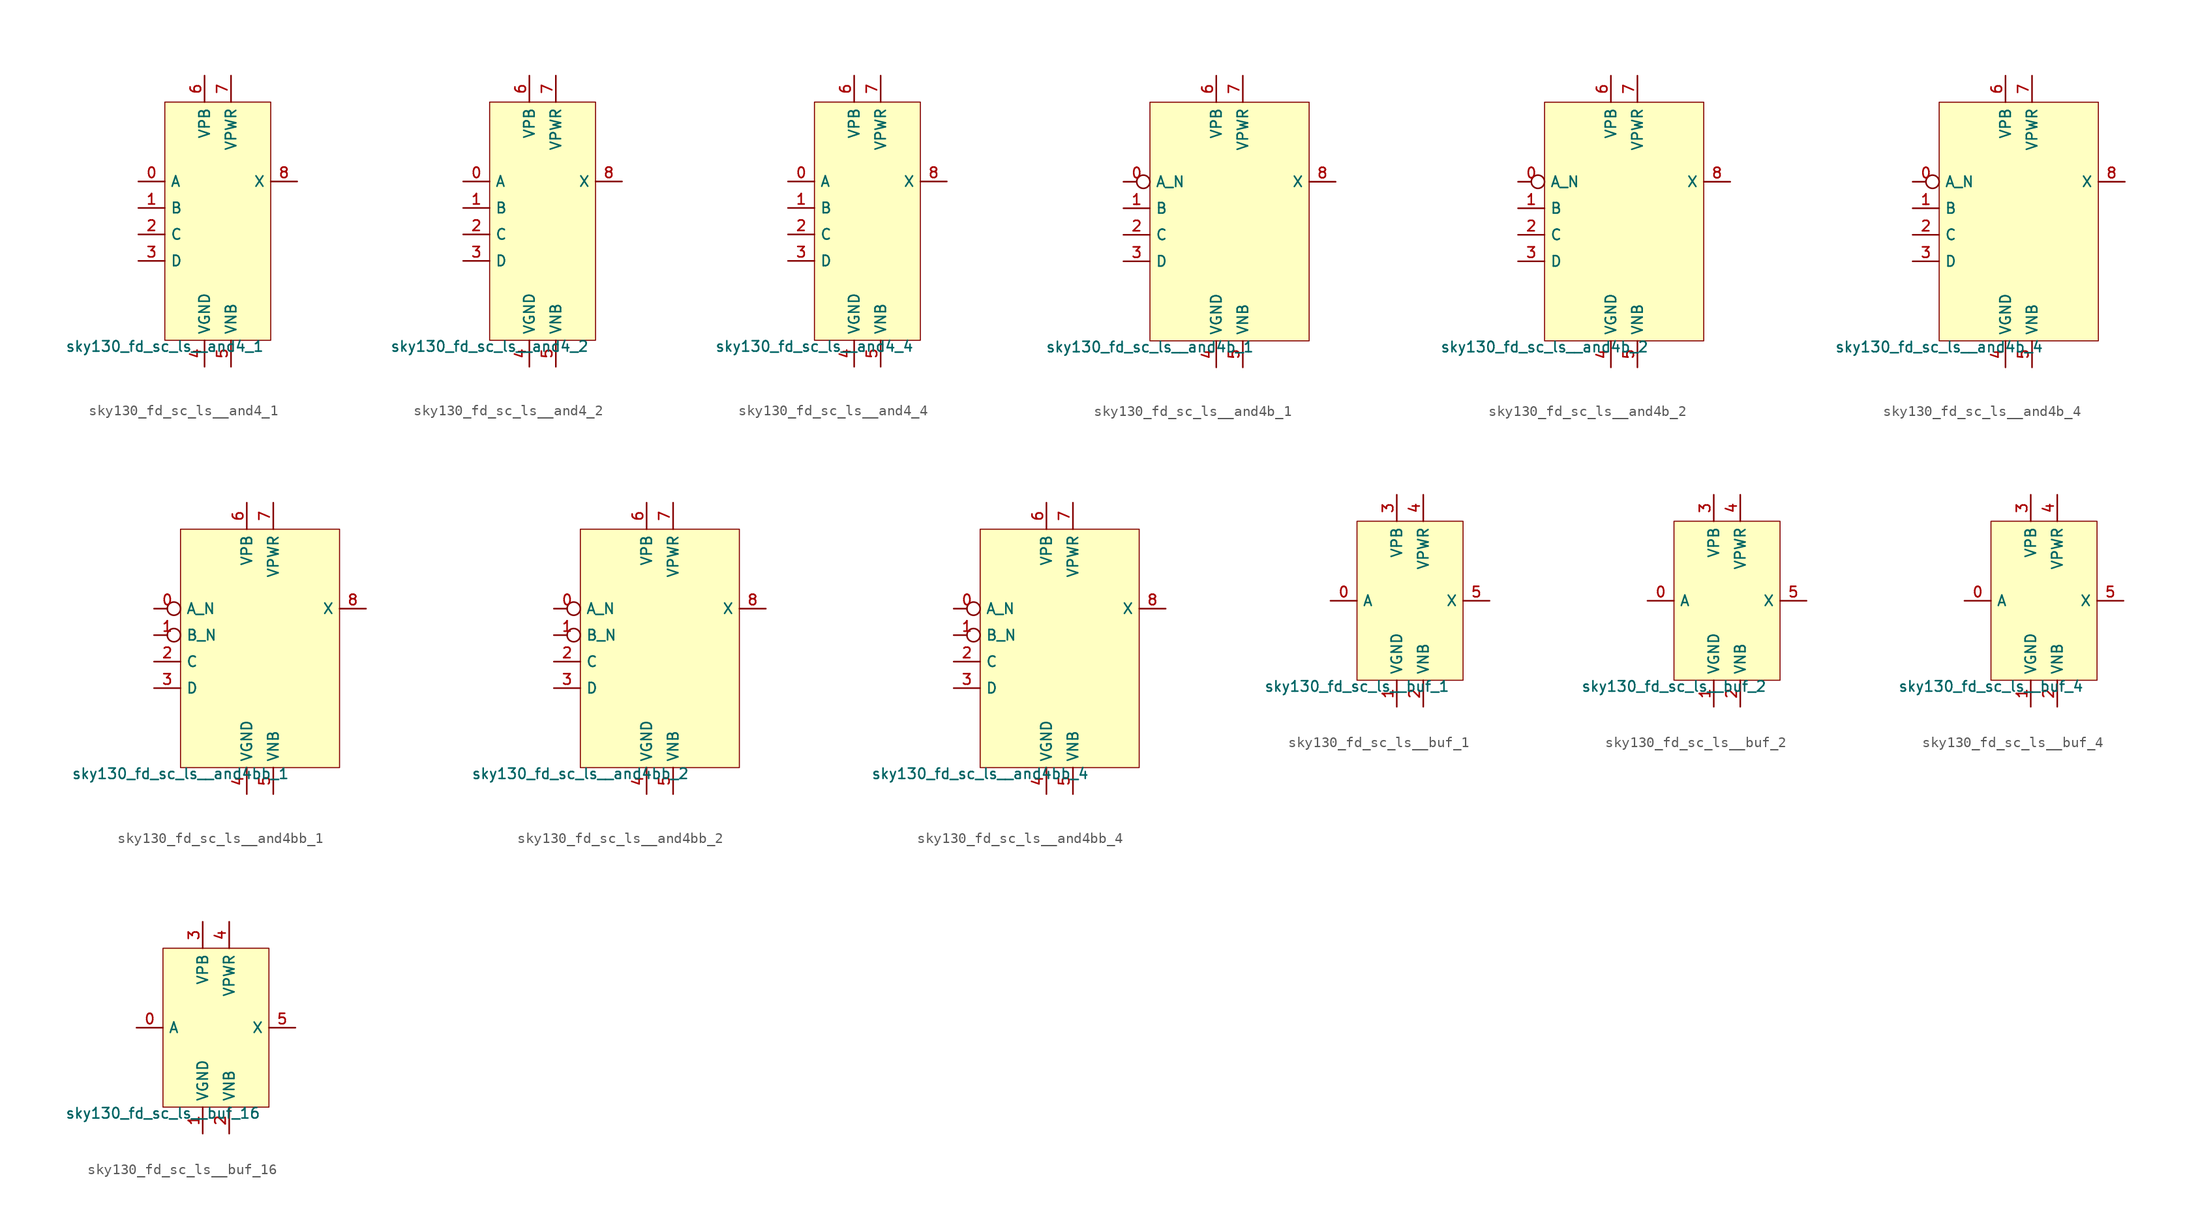
<source format=kicad_sym>
(kicad_symbol_lib
  (version 20211014)
  (generator lef2kicad_sym)
  (symbol "sky130_fd_sc_ls__and4_1"
    (property "Reference" "X"
      (at 0 0 0)
      (effects (font (size 1 1)) hide))
    (property "Value" "sky130_fd_sc_ls__and4_1"
      (at -5.08 -11.43 0)
      (effects (font (size 1 1)) (justify top)))
    (rectangle
      (start -5.08 -11.43)
      (end 5.08 11.43)
      (stroke (width 0.1) (type solid) (color 0 0 0 0))
      (fill (type background)))
    (pin input line
      (at -7.62 3.81 0)
      (length 2.54)
      (name "A" (effects (font (size 1 1)) hide))
      (number "0" (effects (font (size 1 1)) hide)))
    (pin input line
      (at -7.62 1.27 0)
      (length 2.54)
      (name "B" (effects (font (size 1 1)) hide))
      (number "1" (effects (font (size 1 1)) hide)))
    (pin input line
      (at -7.62 -1.27 0)
      (length 2.54)
      (name "C" (effects (font (size 1 1)) hide))
      (number "2" (effects (font (size 1 1)) hide)))
    (pin input line
      (at -7.62 -3.81 0)
      (length 2.54)
      (name "D" (effects (font (size 1 1)) hide))
      (number "3" (effects (font (size 1 1)) hide)))
    (pin power_in line
      (at -1.27 -13.97 90)
      (length 2.54)
      (name "VGND" (effects (font (size 1 1)) hide))
      (number "4" (effects (font (size 1 1)) hide)))
    (pin power_in line
      (at 1.27 -13.97 90)
      (length 2.54)
      (name "VNB" (effects (font (size 1 1)) hide))
      (number "5" (effects (font (size 1 1)) hide)))
    (pin power_in line
      (at -1.27 13.97 270)
      (length 2.54)
      (name "VPB" (effects (font (size 1 1)) hide))
      (number "6" (effects (font (size 1 1)) hide)))
    (pin power_in line
      (at 1.27 13.97 270)
      (length 2.54)
      (name "VPWR" (effects (font (size 1 1)) hide))
      (number "7" (effects (font (size 1 1)) hide)))
    (pin output line
      (at 7.62 3.81 180)
      (length 2.54)
      (name "X" (effects (font (size 1 1)) hide))
      (number "8" (effects (font (size 1 1)) hide))))
  (symbol "sky130_fd_sc_ls__and4_2"
    (property "Reference" "X"
      (at 0 0 0)
      (effects (font (size 1 1)) hide))
    (property "Value" "sky130_fd_sc_ls__and4_2"
      (at -5.08 -11.43 0)
      (effects (font (size 1 1)) (justify top)))
    (rectangle
      (start -5.08 -11.43)
      (end 5.08 11.43)
      (stroke (width 0.1) (type solid) (color 0 0 0 0))
      (fill (type background)))
    (pin input line
      (at -7.62 3.81 0)
      (length 2.54)
      (name "A" (effects (font (size 1 1)) hide))
      (number "0" (effects (font (size 1 1)) hide)))
    (pin input line
      (at -7.62 1.27 0)
      (length 2.54)
      (name "B" (effects (font (size 1 1)) hide))
      (number "1" (effects (font (size 1 1)) hide)))
    (pin input line
      (at -7.62 -1.27 0)
      (length 2.54)
      (name "C" (effects (font (size 1 1)) hide))
      (number "2" (effects (font (size 1 1)) hide)))
    (pin input line
      (at -7.62 -3.81 0)
      (length 2.54)
      (name "D" (effects (font (size 1 1)) hide))
      (number "3" (effects (font (size 1 1)) hide)))
    (pin power_in line
      (at -1.27 -13.97 90)
      (length 2.54)
      (name "VGND" (effects (font (size 1 1)) hide))
      (number "4" (effects (font (size 1 1)) hide)))
    (pin power_in line
      (at 1.27 -13.97 90)
      (length 2.54)
      (name "VNB" (effects (font (size 1 1)) hide))
      (number "5" (effects (font (size 1 1)) hide)))
    (pin power_in line
      (at -1.27 13.97 270)
      (length 2.54)
      (name "VPB" (effects (font (size 1 1)) hide))
      (number "6" (effects (font (size 1 1)) hide)))
    (pin power_in line
      (at 1.27 13.97 270)
      (length 2.54)
      (name "VPWR" (effects (font (size 1 1)) hide))
      (number "7" (effects (font (size 1 1)) hide)))
    (pin output line
      (at 7.62 3.81 180)
      (length 2.54)
      (name "X" (effects (font (size 1 1)) hide))
      (number "8" (effects (font (size 1 1)) hide))))
  (symbol "sky130_fd_sc_ls__and4_4"
    (property "Reference" "X"
      (at 0 0 0)
      (effects (font (size 1 1)) hide))
    (property "Value" "sky130_fd_sc_ls__and4_4"
      (at -5.08 -11.43 0)
      (effects (font (size 1 1)) (justify top)))
    (rectangle
      (start -5.08 -11.43)
      (end 5.08 11.43)
      (stroke (width 0.1) (type solid) (color 0 0 0 0))
      (fill (type background)))
    (pin input line
      (at -7.62 3.81 0)
      (length 2.54)
      (name "A" (effects (font (size 1 1)) hide))
      (number "0" (effects (font (size 1 1)) hide)))
    (pin input line
      (at -7.62 1.27 0)
      (length 2.54)
      (name "B" (effects (font (size 1 1)) hide))
      (number "1" (effects (font (size 1 1)) hide)))
    (pin input line
      (at -7.62 -1.27 0)
      (length 2.54)
      (name "C" (effects (font (size 1 1)) hide))
      (number "2" (effects (font (size 1 1)) hide)))
    (pin input line
      (at -7.62 -3.81 0)
      (length 2.54)
      (name "D" (effects (font (size 1 1)) hide))
      (number "3" (effects (font (size 1 1)) hide)))
    (pin power_in line
      (at -1.27 -13.97 90)
      (length 2.54)
      (name "VGND" (effects (font (size 1 1)) hide))
      (number "4" (effects (font (size 1 1)) hide)))
    (pin power_in line
      (at 1.27 -13.97 90)
      (length 2.54)
      (name "VNB" (effects (font (size 1 1)) hide))
      (number "5" (effects (font (size 1 1)) hide)))
    (pin power_in line
      (at -1.27 13.97 270)
      (length 2.54)
      (name "VPB" (effects (font (size 1 1)) hide))
      (number "6" (effects (font (size 1 1)) hide)))
    (pin power_in line
      (at 1.27 13.97 270)
      (length 2.54)
      (name "VPWR" (effects (font (size 1 1)) hide))
      (number "7" (effects (font (size 1 1)) hide)))
    (pin output line
      (at 7.62 3.81 180)
      (length 2.54)
      (name "X" (effects (font (size 1 1)) hide))
      (number "8" (effects (font (size 1 1)) hide))))
  (symbol "sky130_fd_sc_ls__and4b_1"
    (property "Reference" "X"
      (at 0 0 0)
      (effects (font (size 1 1)) hide))
    (property "Value" "sky130_fd_sc_ls__and4b_1"
      (at -7.62 -11.43 0)
      (effects (font (size 1 1)) (justify top)))
    (rectangle
      (start -7.62 -11.43)
      (end 7.62 11.43)
      (stroke (width 0.1) (type solid) (color 0 0 0 0))
      (fill (type background)))
    (pin input inverted
      (at -10.16 3.81 0)
      (length 2.54)
      (name "A_N" (effects (font (size 1 1)) hide))
      (number "0" (effects (font (size 1 1)) hide)))
    (pin input line
      (at -10.16 1.27 0)
      (length 2.54)
      (name "B" (effects (font (size 1 1)) hide))
      (number "1" (effects (font (size 1 1)) hide)))
    (pin input line
      (at -10.16 -1.27 0)
      (length 2.54)
      (name "C" (effects (font (size 1 1)) hide))
      (number "2" (effects (font (size 1 1)) hide)))
    (pin input line
      (at -10.16 -3.81 0)
      (length 2.54)
      (name "D" (effects (font (size 1 1)) hide))
      (number "3" (effects (font (size 1 1)) hide)))
    (pin power_in line
      (at -1.27 -13.97 90)
      (length 2.54)
      (name "VGND" (effects (font (size 1 1)) hide))
      (number "4" (effects (font (size 1 1)) hide)))
    (pin power_in line
      (at 1.27 -13.97 90)
      (length 2.54)
      (name "VNB" (effects (font (size 1 1)) hide))
      (number "5" (effects (font (size 1 1)) hide)))
    (pin power_in line
      (at -1.27 13.97 270)
      (length 2.54)
      (name "VPB" (effects (font (size 1 1)) hide))
      (number "6" (effects (font (size 1 1)) hide)))
    (pin power_in line
      (at 1.27 13.97 270)
      (length 2.54)
      (name "VPWR" (effects (font (size 1 1)) hide))
      (number "7" (effects (font (size 1 1)) hide)))
    (pin output line
      (at 10.16 3.81 180)
      (length 2.54)
      (name "X" (effects (font (size 1 1)) hide))
      (number "8" (effects (font (size 1 1)) hide))))
  (symbol "sky130_fd_sc_ls__and4b_2"
    (property "Reference" "X"
      (at 0 0 0)
      (effects (font (size 1 1)) hide))
    (property "Value" "sky130_fd_sc_ls__and4b_2"
      (at -7.62 -11.43 0)
      (effects (font (size 1 1)) (justify top)))
    (rectangle
      (start -7.62 -11.43)
      (end 7.62 11.43)
      (stroke (width 0.1) (type solid) (color 0 0 0 0))
      (fill (type background)))
    (pin input inverted
      (at -10.16 3.81 0)
      (length 2.54)
      (name "A_N" (effects (font (size 1 1)) hide))
      (number "0" (effects (font (size 1 1)) hide)))
    (pin input line
      (at -10.16 1.27 0)
      (length 2.54)
      (name "B" (effects (font (size 1 1)) hide))
      (number "1" (effects (font (size 1 1)) hide)))
    (pin input line
      (at -10.16 -1.27 0)
      (length 2.54)
      (name "C" (effects (font (size 1 1)) hide))
      (number "2" (effects (font (size 1 1)) hide)))
    (pin input line
      (at -10.16 -3.81 0)
      (length 2.54)
      (name "D" (effects (font (size 1 1)) hide))
      (number "3" (effects (font (size 1 1)) hide)))
    (pin power_in line
      (at -1.27 -13.97 90)
      (length 2.54)
      (name "VGND" (effects (font (size 1 1)) hide))
      (number "4" (effects (font (size 1 1)) hide)))
    (pin power_in line
      (at 1.27 -13.97 90)
      (length 2.54)
      (name "VNB" (effects (font (size 1 1)) hide))
      (number "5" (effects (font (size 1 1)) hide)))
    (pin power_in line
      (at -1.27 13.97 270)
      (length 2.54)
      (name "VPB" (effects (font (size 1 1)) hide))
      (number "6" (effects (font (size 1 1)) hide)))
    (pin power_in line
      (at 1.27 13.97 270)
      (length 2.54)
      (name "VPWR" (effects (font (size 1 1)) hide))
      (number "7" (effects (font (size 1 1)) hide)))
    (pin output line
      (at 10.16 3.81 180)
      (length 2.54)
      (name "X" (effects (font (size 1 1)) hide))
      (number "8" (effects (font (size 1 1)) hide))))
  (symbol "sky130_fd_sc_ls__and4b_4"
    (property "Reference" "X"
      (at 0 0 0)
      (effects (font (size 1 1)) hide))
    (property "Value" "sky130_fd_sc_ls__and4b_4"
      (at -7.62 -11.43 0)
      (effects (font (size 1 1)) (justify top)))
    (rectangle
      (start -7.62 -11.43)
      (end 7.62 11.43)
      (stroke (width 0.1) (type solid) (color 0 0 0 0))
      (fill (type background)))
    (pin input inverted
      (at -10.16 3.81 0)
      (length 2.54)
      (name "A_N" (effects (font (size 1 1)) hide))
      (number "0" (effects (font (size 1 1)) hide)))
    (pin input line
      (at -10.16 1.27 0)
      (length 2.54)
      (name "B" (effects (font (size 1 1)) hide))
      (number "1" (effects (font (size 1 1)) hide)))
    (pin input line
      (at -10.16 -1.27 0)
      (length 2.54)
      (name "C" (effects (font (size 1 1)) hide))
      (number "2" (effects (font (size 1 1)) hide)))
    (pin input line
      (at -10.16 -3.81 0)
      (length 2.54)
      (name "D" (effects (font (size 1 1)) hide))
      (number "3" (effects (font (size 1 1)) hide)))
    (pin power_in line
      (at -1.27 -13.97 90)
      (length 2.54)
      (name "VGND" (effects (font (size 1 1)) hide))
      (number "4" (effects (font (size 1 1)) hide)))
    (pin power_in line
      (at 1.27 -13.97 90)
      (length 2.54)
      (name "VNB" (effects (font (size 1 1)) hide))
      (number "5" (effects (font (size 1 1)) hide)))
    (pin power_in line
      (at -1.27 13.97 270)
      (length 2.54)
      (name "VPB" (effects (font (size 1 1)) hide))
      (number "6" (effects (font (size 1 1)) hide)))
    (pin power_in line
      (at 1.27 13.97 270)
      (length 2.54)
      (name "VPWR" (effects (font (size 1 1)) hide))
      (number "7" (effects (font (size 1 1)) hide)))
    (pin output line
      (at 10.16 3.81 180)
      (length 2.54)
      (name "X" (effects (font (size 1 1)) hide))
      (number "8" (effects (font (size 1 1)) hide))))
  (symbol "sky130_fd_sc_ls__and4bb_1"
    (property "Reference" "X"
      (at 0 0 0)
      (effects (font (size 1 1)) hide))
    (property "Value" "sky130_fd_sc_ls__and4bb_1"
      (at -7.62 -11.43 0)
      (effects (font (size 1 1)) (justify top)))
    (rectangle
      (start -7.62 -11.43)
      (end 7.62 11.43)
      (stroke (width 0.1) (type solid) (color 0 0 0 0))
      (fill (type background)))
    (pin input inverted
      (at -10.16 3.81 0)
      (length 2.54)
      (name "A_N" (effects (font (size 1 1)) hide))
      (number "0" (effects (font (size 1 1)) hide)))
    (pin input inverted
      (at -10.16 1.27 0)
      (length 2.54)
      (name "B_N" (effects (font (size 1 1)) hide))
      (number "1" (effects (font (size 1 1)) hide)))
    (pin input line
      (at -10.16 -1.27 0)
      (length 2.54)
      (name "C" (effects (font (size 1 1)) hide))
      (number "2" (effects (font (size 1 1)) hide)))
    (pin input line
      (at -10.16 -3.81 0)
      (length 2.54)
      (name "D" (effects (font (size 1 1)) hide))
      (number "3" (effects (font (size 1 1)) hide)))
    (pin power_in line
      (at -1.27 -13.97 90)
      (length 2.54)
      (name "VGND" (effects (font (size 1 1)) hide))
      (number "4" (effects (font (size 1 1)) hide)))
    (pin power_in line
      (at 1.27 -13.97 90)
      (length 2.54)
      (name "VNB" (effects (font (size 1 1)) hide))
      (number "5" (effects (font (size 1 1)) hide)))
    (pin power_in line
      (at -1.27 13.97 270)
      (length 2.54)
      (name "VPB" (effects (font (size 1 1)) hide))
      (number "6" (effects (font (size 1 1)) hide)))
    (pin power_in line
      (at 1.27 13.97 270)
      (length 2.54)
      (name "VPWR" (effects (font (size 1 1)) hide))
      (number "7" (effects (font (size 1 1)) hide)))
    (pin output line
      (at 10.16 3.81 180)
      (length 2.54)
      (name "X" (effects (font (size 1 1)) hide))
      (number "8" (effects (font (size 1 1)) hide))))
  (symbol "sky130_fd_sc_ls__and4bb_2"
    (property "Reference" "X"
      (at 0 0 0)
      (effects (font (size 1 1)) hide))
    (property "Value" "sky130_fd_sc_ls__and4bb_2"
      (at -7.62 -11.43 0)
      (effects (font (size 1 1)) (justify top)))
    (rectangle
      (start -7.62 -11.43)
      (end 7.62 11.43)
      (stroke (width 0.1) (type solid) (color 0 0 0 0))
      (fill (type background)))
    (pin input inverted
      (at -10.16 3.81 0)
      (length 2.54)
      (name "A_N" (effects (font (size 1 1)) hide))
      (number "0" (effects (font (size 1 1)) hide)))
    (pin input inverted
      (at -10.16 1.27 0)
      (length 2.54)
      (name "B_N" (effects (font (size 1 1)) hide))
      (number "1" (effects (font (size 1 1)) hide)))
    (pin input line
      (at -10.16 -1.27 0)
      (length 2.54)
      (name "C" (effects (font (size 1 1)) hide))
      (number "2" (effects (font (size 1 1)) hide)))
    (pin input line
      (at -10.16 -3.81 0)
      (length 2.54)
      (name "D" (effects (font (size 1 1)) hide))
      (number "3" (effects (font (size 1 1)) hide)))
    (pin power_in line
      (at -1.27 -13.97 90)
      (length 2.54)
      (name "VGND" (effects (font (size 1 1)) hide))
      (number "4" (effects (font (size 1 1)) hide)))
    (pin power_in line
      (at 1.27 -13.97 90)
      (length 2.54)
      (name "VNB" (effects (font (size 1 1)) hide))
      (number "5" (effects (font (size 1 1)) hide)))
    (pin power_in line
      (at -1.27 13.97 270)
      (length 2.54)
      (name "VPB" (effects (font (size 1 1)) hide))
      (number "6" (effects (font (size 1 1)) hide)))
    (pin power_in line
      (at 1.27 13.97 270)
      (length 2.54)
      (name "VPWR" (effects (font (size 1 1)) hide))
      (number "7" (effects (font (size 1 1)) hide)))
    (pin output line
      (at 10.16 3.81 180)
      (length 2.54)
      (name "X" (effects (font (size 1 1)) hide))
      (number "8" (effects (font (size 1 1)) hide))))
  (symbol "sky130_fd_sc_ls__and4bb_4"
    (property "Reference" "X"
      (at 0 0 0)
      (effects (font (size 1 1)) hide))
    (property "Value" "sky130_fd_sc_ls__and4bb_4"
      (at -7.62 -11.43 0)
      (effects (font (size 1 1)) (justify top)))
    (rectangle
      (start -7.62 -11.43)
      (end 7.62 11.43)
      (stroke (width 0.1) (type solid) (color 0 0 0 0))
      (fill (type background)))
    (pin input inverted
      (at -10.16 3.81 0)
      (length 2.54)
      (name "A_N" (effects (font (size 1 1)) hide))
      (number "0" (effects (font (size 1 1)) hide)))
    (pin input inverted
      (at -10.16 1.27 0)
      (length 2.54)
      (name "B_N" (effects (font (size 1 1)) hide))
      (number "1" (effects (font (size 1 1)) hide)))
    (pin input line
      (at -10.16 -1.27 0)
      (length 2.54)
      (name "C" (effects (font (size 1 1)) hide))
      (number "2" (effects (font (size 1 1)) hide)))
    (pin input line
      (at -10.16 -3.81 0)
      (length 2.54)
      (name "D" (effects (font (size 1 1)) hide))
      (number "3" (effects (font (size 1 1)) hide)))
    (pin power_in line
      (at -1.27 -13.97 90)
      (length 2.54)
      (name "VGND" (effects (font (size 1 1)) hide))
      (number "4" (effects (font (size 1 1)) hide)))
    (pin power_in line
      (at 1.27 -13.97 90)
      (length 2.54)
      (name "VNB" (effects (font (size 1 1)) hide))
      (number "5" (effects (font (size 1 1)) hide)))
    (pin power_in line
      (at -1.27 13.97 270)
      (length 2.54)
      (name "VPB" (effects (font (size 1 1)) hide))
      (number "6" (effects (font (size 1 1)) hide)))
    (pin power_in line
      (at 1.27 13.97 270)
      (length 2.54)
      (name "VPWR" (effects (font (size 1 1)) hide))
      (number "7" (effects (font (size 1 1)) hide)))
    (pin output line
      (at 10.16 3.81 180)
      (length 2.54)
      (name "X" (effects (font (size 1 1)) hide))
      (number "8" (effects (font (size 1 1)) hide))))
  (symbol "sky130_fd_sc_ls__buf_1"
    (property "Reference" "X"
      (at 0 0 0)
      (effects (font (size 1 1)) hide))
    (property "Value" "sky130_fd_sc_ls__buf_1"
      (at -5.08 -7.62 0)
      (effects (font (size 1 1)) (justify top)))
    (rectangle
      (start -5.08 -7.62)
      (end 5.08 7.62)
      (stroke (width 0.1) (type solid) (color 0 0 0 0))
      (fill (type background)))
    (pin input line
      (at -7.62 0.0 0)
      (length 2.54)
      (name "A" (effects (font (size 1 1)) hide))
      (number "0" (effects (font (size 1 1)) hide)))
    (pin power_in line
      (at -1.27 -10.16 90)
      (length 2.54)
      (name "VGND" (effects (font (size 1 1)) hide))
      (number "1" (effects (font (size 1 1)) hide)))
    (pin power_in line
      (at 1.27 -10.16 90)
      (length 2.54)
      (name "VNB" (effects (font (size 1 1)) hide))
      (number "2" (effects (font (size 1 1)) hide)))
    (pin power_in line
      (at -1.27 10.16 270)
      (length 2.54)
      (name "VPB" (effects (font (size 1 1)) hide))
      (number "3" (effects (font (size 1 1)) hide)))
    (pin power_in line
      (at 1.27 10.16 270)
      (length 2.54)
      (name "VPWR" (effects (font (size 1 1)) hide))
      (number "4" (effects (font (size 1 1)) hide)))
    (pin output line
      (at 7.62 0.0 180)
      (length 2.54)
      (name "X" (effects (font (size 1 1)) hide))
      (number "5" (effects (font (size 1 1)) hide))))
  (symbol "sky130_fd_sc_ls__buf_2"
    (property "Reference" "X"
      (at 0 0 0)
      (effects (font (size 1 1)) hide))
    (property "Value" "sky130_fd_sc_ls__buf_2"
      (at -5.08 -7.62 0)
      (effects (font (size 1 1)) (justify top)))
    (rectangle
      (start -5.08 -7.62)
      (end 5.08 7.62)
      (stroke (width 0.1) (type solid) (color 0 0 0 0))
      (fill (type background)))
    (pin input line
      (at -7.62 0.0 0)
      (length 2.54)
      (name "A" (effects (font (size 1 1)) hide))
      (number "0" (effects (font (size 1 1)) hide)))
    (pin power_in line
      (at -1.27 -10.16 90)
      (length 2.54)
      (name "VGND" (effects (font (size 1 1)) hide))
      (number "1" (effects (font (size 1 1)) hide)))
    (pin power_in line
      (at 1.27 -10.16 90)
      (length 2.54)
      (name "VNB" (effects (font (size 1 1)) hide))
      (number "2" (effects (font (size 1 1)) hide)))
    (pin power_in line
      (at -1.27 10.16 270)
      (length 2.54)
      (name "VPB" (effects (font (size 1 1)) hide))
      (number "3" (effects (font (size 1 1)) hide)))
    (pin power_in line
      (at 1.27 10.16 270)
      (length 2.54)
      (name "VPWR" (effects (font (size 1 1)) hide))
      (number "4" (effects (font (size 1 1)) hide)))
    (pin output line
      (at 7.62 0.0 180)
      (length 2.54)
      (name "X" (effects (font (size 1 1)) hide))
      (number "5" (effects (font (size 1 1)) hide))))
  (symbol "sky130_fd_sc_ls__buf_4"
    (property "Reference" "X"
      (at 0 0 0)
      (effects (font (size 1 1)) hide))
    (property "Value" "sky130_fd_sc_ls__buf_4"
      (at -5.08 -7.62 0)
      (effects (font (size 1 1)) (justify top)))
    (rectangle
      (start -5.08 -7.62)
      (end 5.08 7.62)
      (stroke (width 0.1) (type solid) (color 0 0 0 0))
      (fill (type background)))
    (pin input line
      (at -7.62 0.0 0)
      (length 2.54)
      (name "A" (effects (font (size 1 1)) hide))
      (number "0" (effects (font (size 1 1)) hide)))
    (pin power_in line
      (at -1.27 -10.16 90)
      (length 2.54)
      (name "VGND" (effects (font (size 1 1)) hide))
      (number "1" (effects (font (size 1 1)) hide)))
    (pin power_in line
      (at 1.27 -10.16 90)
      (length 2.54)
      (name "VNB" (effects (font (size 1 1)) hide))
      (number "2" (effects (font (size 1 1)) hide)))
    (pin power_in line
      (at -1.27 10.16 270)
      (length 2.54)
      (name "VPB" (effects (font (size 1 1)) hide))
      (number "3" (effects (font (size 1 1)) hide)))
    (pin power_in line
      (at 1.27 10.16 270)
      (length 2.54)
      (name "VPWR" (effects (font (size 1 1)) hide))
      (number "4" (effects (font (size 1 1)) hide)))
    (pin output line
      (at 7.62 0.0 180)
      (length 2.54)
      (name "X" (effects (font (size 1 1)) hide))
      (number "5" (effects (font (size 1 1)) hide))))
  (symbol "sky130_fd_sc_ls__buf_16"
    (property "Reference" "X"
      (at 0 0 0)
      (effects (font (size 1 1)) hide))
    (property "Value" "sky130_fd_sc_ls__buf_16"
      (at -5.08 -7.62 0)
      (effects (font (size 1 1)) (justify top)))
    (rectangle
      (start -5.08 -7.62)
      (end 5.08 7.62)
      (stroke (width 0.1) (type solid) (color 0 0 0 0))
      (fill (type background)))
    (pin input line
      (at -7.62 0.0 0)
      (length 2.54)
      (name "A" (effects (font (size 1 1)) hide))
      (number "0" (effects (font (size 1 1)) hide)))
    (pin power_in line
      (at -1.27 -10.16 90)
      (length 2.54)
      (name "VGND" (effects (font (size 1 1)) hide))
      (number "1" (effects (font (size 1 1)) hide)))
    (pin power_in line
      (at 1.27 -10.16 90)
      (length 2.54)
      (name "VNB" (effects (font (size 1 1)) hide))
      (number "2" (effects (font (size 1 1)) hide)))
    (pin power_in line
      (at -1.27 10.16 270)
      (length 2.54)
      (name "VPB" (effects (font (size 1 1)) hide))
      (number "3" (effects (font (size 1 1)) hide)))
    (pin power_in line
      (at 1.27 10.16 270)
      (length 2.54)
      (name "VPWR" (effects (font (size 1 1)) hide))
      (number "4" (effects (font (size 1 1)) hide)))
    (pin output line
      (at 7.62 0.0 180)
      (length 2.54)
      (name "X" (effects (font (size 1 1)) hide))
      (number "5" (effects (font (size 1 1)) hide)))))
</source>
